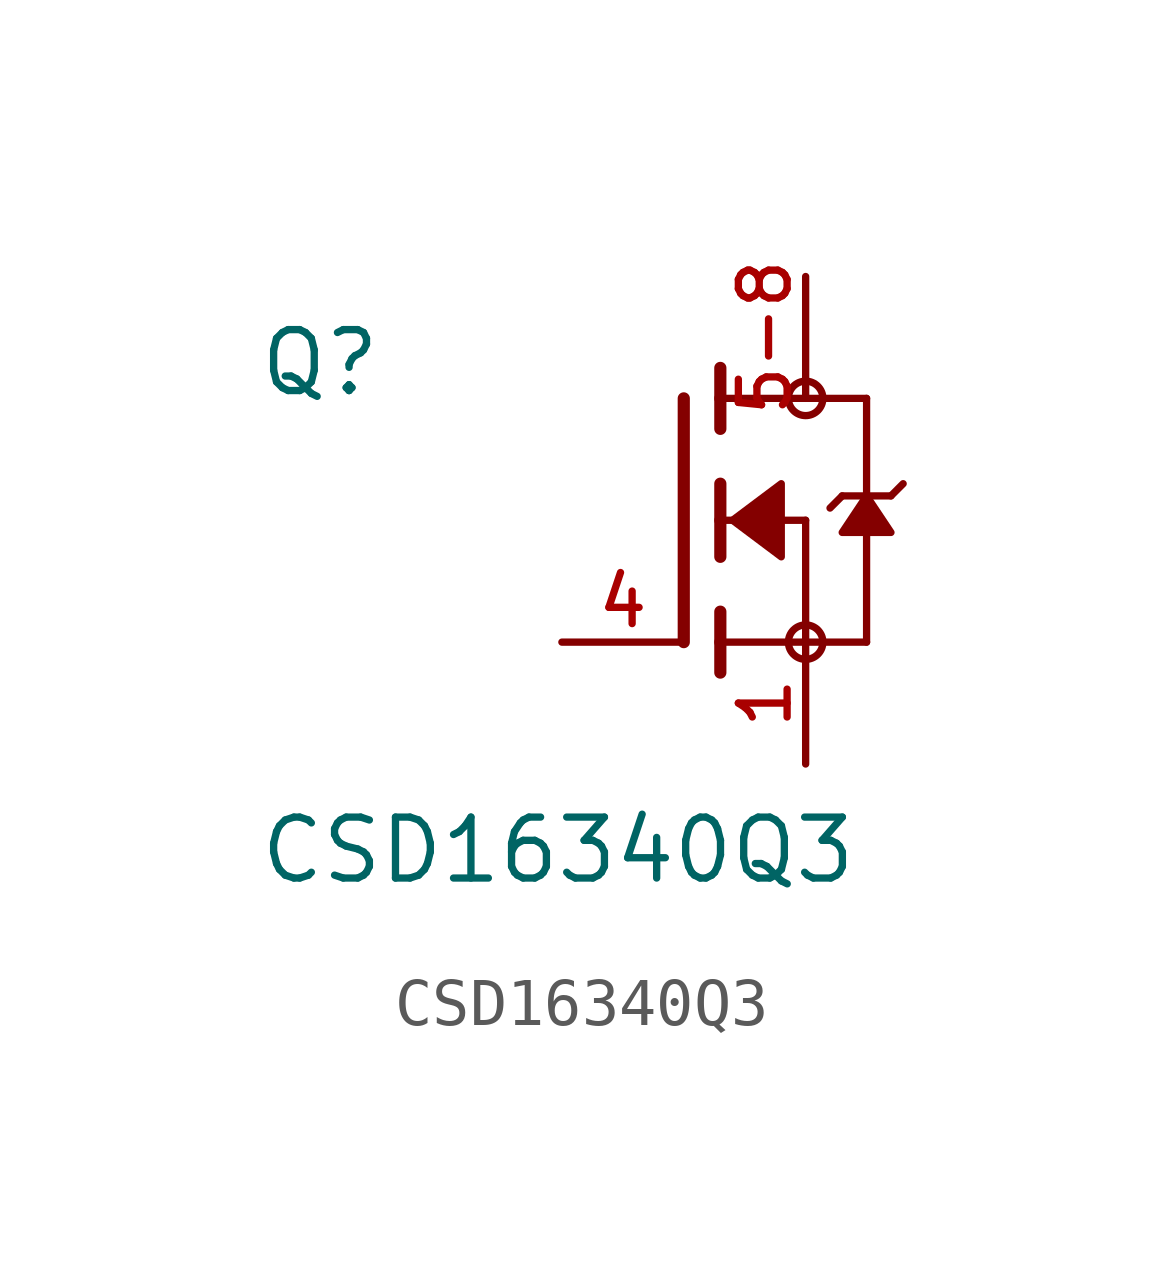
<source format=kicad_sym>
(kicad_symbol_lib
  (version 20211014)
  (generator kicad_symbol_editor)
  (symbol "CSD16340Q3"
    (pin_names
      (offset 1.016))
    (property "Reference" "Q"
      (at -8.89 2.54 0)
      (effects (font (size 1.27 1.27)) (justify bottom left)))
    (property "Value" "CSD16340Q3"
      (at -8.89 -7.62 0)
      (effects (font (size 1.27 1.27)) (justify bottom left)))
    (symbol "CSD16340Q3_0_0"
      (polyline (pts (xy 0.762 0.762) (xy 0.762 0.0)) (stroke (width 0.254)))
      (polyline (pts (xy 0.762 0.0) (xy 0.762 -0.762)) (stroke (width 0.254)))
      (polyline (pts (xy 0.762 3.175) (xy 0.762 2.54)) (stroke (width 0.254)))
      (polyline (pts (xy 0.762 2.54) (xy 0.762 1.905)) (stroke (width 0.254)))
      (polyline (pts (xy 0.762 0.0) (xy 2.54 0.0)) (stroke (width 0.152)))
      (polyline (pts (xy 2.54 0.0) (xy 2.54 -2.54)) (stroke (width 0.152)))
      (polyline (pts (xy 0.762 -1.905) (xy 0.762 -2.54)) (stroke (width 0.254)))
      (polyline (pts (xy 0.762 -2.54) (xy 0.762 -3.175)) (stroke (width 0.254)))
      (polyline (pts (xy 0.0 2.54) (xy 0.0 -2.54)) (stroke (width 0.254)))
      (polyline (pts (xy 2.54 -2.54) (xy 0.762 -2.54)) (stroke (width 0.152)))
      (polyline (pts (xy 3.81 2.54) (xy 3.81 0.508)) (stroke (width 0.152)))
      (polyline (pts (xy 3.81 0.508) (xy 3.81 -2.54)) (stroke (width 0.152)))
      (polyline (pts (xy 2.54 -2.54) (xy 3.81 -2.54)) (stroke (width 0.152)))
      (polyline (pts (xy 0.762 2.54) (xy 3.81 2.54)) (stroke (width 0.152)))
      (polyline (pts (xy 4.572 0.762) (xy 4.318 0.508)) (stroke (width 0.152)))
      (polyline (pts (xy 4.318 0.508) (xy 3.81 0.508)) (stroke (width 0.152)))
      (polyline (pts (xy 3.81 0.508) (xy 3.302 0.508)) (stroke (width 0.152)))
      (polyline (pts (xy 3.302 0.508) (xy 3.048 0.254)) (stroke (width 0.152)))
      (circle (center 2.54 -2.54) (radius 0.359) (stroke (width 0.0)) (fill (type none)))
      (circle (center 2.54 2.54) (radius 0.359) (stroke (width 0.0)) (fill (type none)))
      (polyline (pts (xy 3.81 0.508) (xy 3.302 -0.254) (xy 4.318 -0.254) (xy 3.81 0.508)) (stroke (width 0.152)) (fill (type outline)))
      (polyline (pts (xy 1.016 0.0) (xy 2.032 0.762) (xy 2.032 -0.762) (xy 1.016 0.0)) (stroke (width 0.152)) (fill (type outline)))
      (pin passive line (at 2.54 -5.08 90.0) (length 2.54) (name "~" (effects (font (size 1.016 1.016)))) (number "1" (effects (font (size 1.016 1.016)))))
      (pin passive line (at -2.54 -2.54 0) (length 2.54) (name "~" (effects (font (size 1.016 1.016)))) (number "4" (effects (font (size 1.016 1.016)))))
      (pin passive line (at 2.54 5.08 270.0) (length 2.54) (name "~" (effects (font (size 1.016 1.016)))) (number "5-8" (effects (font (size 1.016 1.016))))))))
</source>
